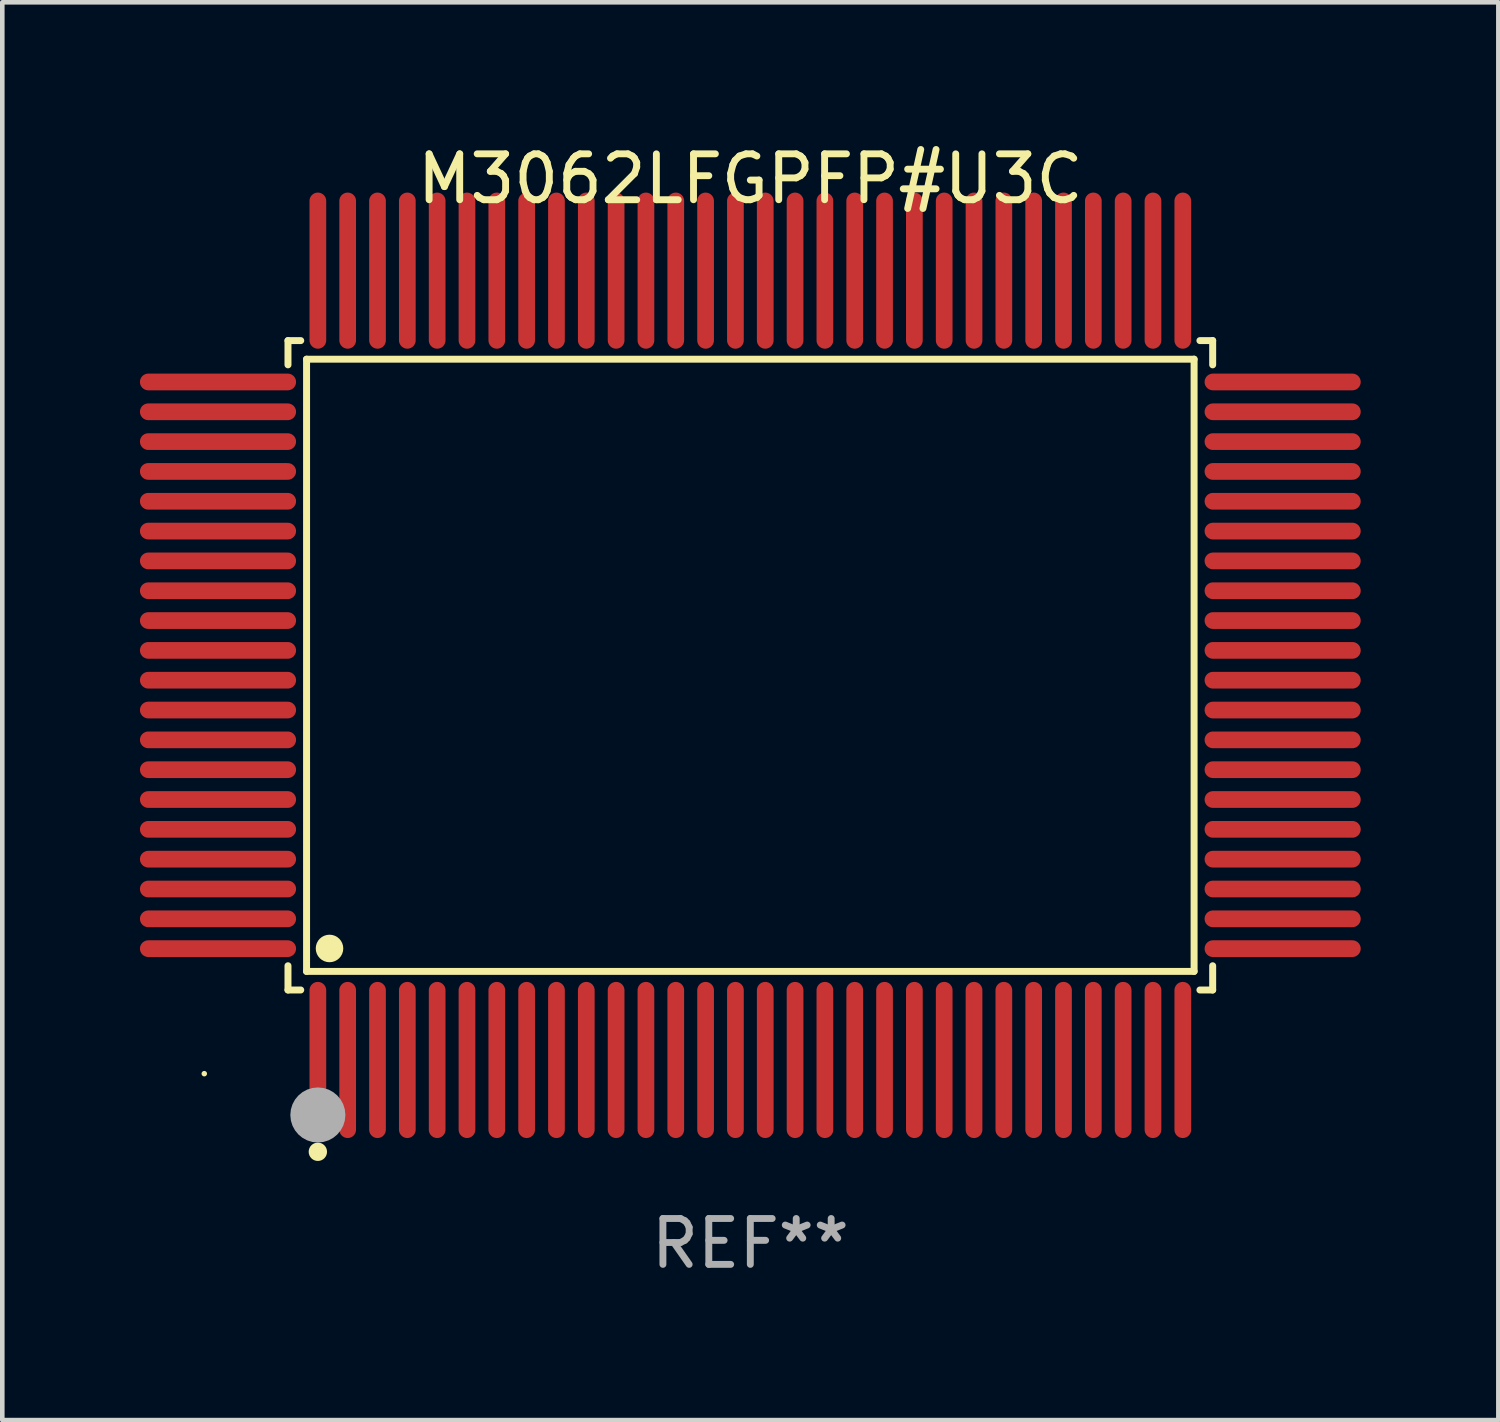
<source format=kicad_pcb>
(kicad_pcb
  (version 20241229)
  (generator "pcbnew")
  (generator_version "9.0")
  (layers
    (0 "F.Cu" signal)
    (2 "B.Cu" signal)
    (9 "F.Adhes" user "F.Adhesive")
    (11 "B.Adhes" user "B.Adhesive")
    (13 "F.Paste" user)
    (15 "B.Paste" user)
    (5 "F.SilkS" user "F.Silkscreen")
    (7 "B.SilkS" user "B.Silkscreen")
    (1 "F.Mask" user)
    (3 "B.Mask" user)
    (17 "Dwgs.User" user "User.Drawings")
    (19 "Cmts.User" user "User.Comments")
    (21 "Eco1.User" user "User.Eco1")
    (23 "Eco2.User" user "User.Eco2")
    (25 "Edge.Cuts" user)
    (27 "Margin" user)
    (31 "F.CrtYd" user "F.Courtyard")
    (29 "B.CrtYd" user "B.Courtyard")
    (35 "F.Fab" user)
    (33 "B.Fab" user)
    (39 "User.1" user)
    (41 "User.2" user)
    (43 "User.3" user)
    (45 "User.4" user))
  (footprint "M3062LFGPFP#U3C"
    (layer "F.Cu")
    (at 13.302 11.449)
    (property "Reference" "M3062LFGPFP#U3C" (at 0 -10.601 0) (layer "F.SilkS") (effects (font (size 1 1) (thickness 0.15))))
    (attr through_hole)
    (fp_line (start -10.076 -7.076) (end -9.798 -7.076) (stroke (width 0.152) (type solid)) (layer "F.SilkS"))
    (fp_line (start -10.076 -6.548) (end -10.076 -7.076) (stroke (width 0.152) (type solid)) (layer "F.SilkS"))
    (fp_line (start -10.076 6.548) (end -10.076 7.076) (stroke (width 0.152) (type solid)) (layer "F.SilkS"))
    (fp_line (start -10.076 7.076) (end -9.798 7.076) (stroke (width 0.152) (type solid)) (layer "F.SilkS"))
    (fp_line (start -9.671 -6.671) (end 9.671 -6.671) (stroke (width 0.152) (type solid)) (layer "F.SilkS"))
    (fp_line (start -9.671 6.671) (end -9.671 -6.671) (stroke (width 0.152) (type solid)) (layer "F.SilkS"))
    (fp_line (start 9.671 -6.671) (end 9.671 6.671) (stroke (width 0.152) (type solid)) (layer "F.SilkS"))
    (fp_line (start 9.671 6.671) (end -9.671 6.671) (stroke (width 0.152) (type solid)) (layer "F.SilkS"))
    (fp_line (start 10.076 -7.076) (end 9.798 -7.076) (stroke (width 0.152) (type solid)) (layer "F.SilkS"))
    (fp_line (start 10.076 -6.548) (end 10.076 -7.076) (stroke (width 0.152) (type solid)) (layer "F.SilkS"))
    (fp_line (start 10.076 6.548) (end 10.076 7.076) (stroke (width 0.152) (type solid)) (layer "F.SilkS"))
    (fp_line (start 10.076 7.076) (end 9.798 7.076) (stroke (width 0.152) (type solid)) (layer "F.SilkS"))
    (fp_circle (center -11.9 8.9) (end -11.87 8.9) (stroke (width 0.06) (type solid)) (fill no) (layer "F.SilkS"))
    (fp_circle (center -9.425 10.602) (end -9.325 10.602) (stroke (width 0.2) (type solid)) (fill no) (layer "F.SilkS"))
    (fp_circle (center -9.171 6.171) (end -9.021 6.171) (stroke (width 0.3) (type solid)) (fill no) (layer "F.SilkS"))
    (fp_circle (center -9.425 9.8) (end -9.125 9.8) (stroke (width 0.6) (type solid)) (fill no) (layer "F.Fab"))
    (fp_text user "REF**" (at 0 12.601 0) (layer "F.Fab") (effects (font (size 1 1) (thickness 0.15))))
    (pad "1" smd oval (at -9.425 8.601) (size 0.364 3.402) (layers "F.Cu" "F.Mask" "F.Paste"))
    (pad "2" smd oval (at -8.775 8.601) (size 0.364 3.402) (layers "F.Cu" "F.Mask" "F.Paste"))
    (pad "3" smd oval (at -8.125 8.601) (size 0.364 3.402) (layers "F.Cu" "F.Mask" "F.Paste"))
    (pad "4" smd oval (at -7.475 8.601) (size 0.364 3.402) (layers "F.Cu" "F.Mask" "F.Paste"))
    (pad "5" smd oval (at -6.825 8.601) (size 0.364 3.402) (layers "F.Cu" "F.Mask" "F.Paste"))
    (pad "6" smd oval (at -6.175 8.601) (size 0.364 3.402) (layers "F.Cu" "F.Mask" "F.Paste"))
    (pad "7" smd oval (at -5.525 8.601) (size 0.364 3.402) (layers "F.Cu" "F.Mask" "F.Paste"))
    (pad "8" smd oval (at -4.875 8.601) (size 0.364 3.402) (layers "F.Cu" "F.Mask" "F.Paste"))
    (pad "9" smd oval (at -4.225 8.601) (size 0.364 3.402) (layers "F.Cu" "F.Mask" "F.Paste"))
    (pad "10" smd oval (at -3.575 8.601) (size 0.364 3.402) (layers "F.Cu" "F.Mask" "F.Paste"))
    (pad "11" smd oval (at -2.925 8.601) (size 0.364 3.402) (layers "F.Cu" "F.Mask" "F.Paste"))
    (pad "12" smd oval (at -2.275 8.601) (size 0.364 3.402) (layers "F.Cu" "F.Mask" "F.Paste"))
    (pad "13" smd oval (at -1.625 8.601) (size 0.364 3.402) (layers "F.Cu" "F.Mask" "F.Paste"))
    (pad "14" smd oval (at -0.975 8.601) (size 0.364 3.402) (layers "F.Cu" "F.Mask" "F.Paste"))
    (pad "15" smd oval (at -0.325 8.601) (size 0.364 3.402) (layers "F.Cu" "F.Mask" "F.Paste"))
    (pad "16" smd oval (at 0.325 8.601) (size 0.364 3.402) (layers "F.Cu" "F.Mask" "F.Paste"))
    (pad "17" smd oval (at 0.975 8.601) (size 0.364 3.402) (layers "F.Cu" "F.Mask" "F.Paste"))
    (pad "18" smd oval (at 1.625 8.601) (size 0.364 3.402) (layers "F.Cu" "F.Mask" "F.Paste"))
    (pad "19" smd oval (at 2.275 8.601) (size 0.364 3.402) (layers "F.Cu" "F.Mask" "F.Paste"))
    (pad "20" smd oval (at 2.925 8.601) (size 0.364 3.402) (layers "F.Cu" "F.Mask" "F.Paste"))
    (pad "21" smd oval (at 3.575 8.601) (size 0.364 3.402) (layers "F.Cu" "F.Mask" "F.Paste"))
    (pad "22" smd oval (at 4.225 8.601) (size 0.364 3.402) (layers "F.Cu" "F.Mask" "F.Paste"))
    (pad "23" smd oval (at 4.875 8.601) (size 0.364 3.402) (layers "F.Cu" "F.Mask" "F.Paste"))
    (pad "24" smd oval (at 5.525 8.601) (size 0.364 3.402) (layers "F.Cu" "F.Mask" "F.Paste"))
    (pad "25" smd oval (at 6.175 8.601) (size 0.364 3.402) (layers "F.Cu" "F.Mask" "F.Paste"))
    (pad "26" smd oval (at 6.825 8.601) (size 0.364 3.402) (layers "F.Cu" "F.Mask" "F.Paste"))
    (pad "27" smd oval (at 7.475 8.601) (size 0.364 3.402) (layers "F.Cu" "F.Mask" "F.Paste"))
    (pad "28" smd oval (at 8.125 8.601) (size 0.364 3.402) (layers "F.Cu" "F.Mask" "F.Paste"))
    (pad "29" smd oval (at 8.775 8.601) (size 0.364 3.402) (layers "F.Cu" "F.Mask" "F.Paste"))
    (pad "30" smd oval (at 9.425 8.601) (size 0.364 3.402) (layers "F.Cu" "F.Mask" "F.Paste"))
    (pad "31" smd oval (at 11.601 6.175) (size 3.402 0.364) (layers "F.Cu" "F.Mask" "F.Paste"))
    (pad "32" smd oval (at 11.601 5.525) (size 3.402 0.364) (layers "F.Cu" "F.Mask" "F.Paste"))
    (pad "33" smd oval (at 11.601 4.875) (size 3.402 0.364) (layers "F.Cu" "F.Mask" "F.Paste"))
    (pad "34" smd oval (at 11.601 4.225) (size 3.402 0.364) (layers "F.Cu" "F.Mask" "F.Paste"))
    (pad "35" smd oval (at 11.601 3.575) (size 3.402 0.364) (layers "F.Cu" "F.Mask" "F.Paste"))
    (pad "36" smd oval (at 11.601 2.925) (size 3.402 0.364) (layers "F.Cu" "F.Mask" "F.Paste"))
    (pad "37" smd oval (at 11.601 2.275) (size 3.402 0.364) (layers "F.Cu" "F.Mask" "F.Paste"))
    (pad "38" smd oval (at 11.601 1.625) (size 3.402 0.364) (layers "F.Cu" "F.Mask" "F.Paste"))
    (pad "39" smd oval (at 11.601 0.975) (size 3.402 0.364) (layers "F.Cu" "F.Mask" "F.Paste"))
    (pad "40" smd oval (at 11.601 0.325) (size 3.402 0.364) (layers "F.Cu" "F.Mask" "F.Paste"))
    (pad "41" smd oval (at 11.601 -0.325) (size 3.402 0.364) (layers "F.Cu" "F.Mask" "F.Paste"))
    (pad "42" smd oval (at 11.601 -0.975) (size 3.402 0.364) (layers "F.Cu" "F.Mask" "F.Paste"))
    (pad "43" smd oval (at 11.601 -1.625) (size 3.402 0.364) (layers "F.Cu" "F.Mask" "F.Paste"))
    (pad "44" smd oval (at 11.601 -2.275) (size 3.402 0.364) (layers "F.Cu" "F.Mask" "F.Paste"))
    (pad "45" smd oval (at 11.601 -2.925) (size 3.402 0.364) (layers "F.Cu" "F.Mask" "F.Paste"))
    (pad "46" smd oval (at 11.601 -3.575) (size 3.402 0.364) (layers "F.Cu" "F.Mask" "F.Paste"))
    (pad "47" smd oval (at 11.601 -4.225) (size 3.402 0.364) (layers "F.Cu" "F.Mask" "F.Paste"))
    (pad "48" smd oval (at 11.601 -4.875) (size 3.402 0.364) (layers "F.Cu" "F.Mask" "F.Paste"))
    (pad "49" smd oval (at 11.601 -5.525) (size 3.402 0.364) (layers "F.Cu" "F.Mask" "F.Paste"))
    (pad "50" smd oval (at 11.601 -6.175) (size 3.402 0.364) (layers "F.Cu" "F.Mask" "F.Paste"))
    (pad "51" smd oval (at 9.425 -8.601) (size 0.364 3.402) (layers "F.Cu" "F.Mask" "F.Paste"))
    (pad "52" smd oval (at 8.775 -8.601) (size 0.364 3.402) (layers "F.Cu" "F.Mask" "F.Paste"))
    (pad "53" smd oval (at 8.125 -8.601) (size 0.364 3.402) (layers "F.Cu" "F.Mask" "F.Paste"))
    (pad "54" smd oval (at 7.475 -8.601) (size 0.364 3.402) (layers "F.Cu" "F.Mask" "F.Paste"))
    (pad "55" smd oval (at 6.825 -8.601) (size 0.364 3.402) (layers "F.Cu" "F.Mask" "F.Paste"))
    (pad "56" smd oval (at 6.175 -8.601) (size 0.364 3.402) (layers "F.Cu" "F.Mask" "F.Paste"))
    (pad "57" smd oval (at 5.525 -8.601) (size 0.364 3.402) (layers "F.Cu" "F.Mask" "F.Paste"))
    (pad "58" smd oval (at 4.875 -8.601) (size 0.364 3.402) (layers "F.Cu" "F.Mask" "F.Paste"))
    (pad "59" smd oval (at 4.225 -8.601) (size 0.364 3.402) (layers "F.Cu" "F.Mask" "F.Paste"))
    (pad "60" smd oval (at 3.575 -8.601) (size 0.364 3.402) (layers "F.Cu" "F.Mask" "F.Paste"))
    (pad "61" smd oval (at 2.925 -8.601) (size 0.364 3.402) (layers "F.Cu" "F.Mask" "F.Paste"))
    (pad "62" smd oval (at 2.275 -8.601) (size 0.364 3.402) (layers "F.Cu" "F.Mask" "F.Paste"))
    (pad "63" smd oval (at 1.625 -8.601) (size 0.364 3.402) (layers "F.Cu" "F.Mask" "F.Paste"))
    (pad "64" smd oval (at 0.975 -8.601) (size 0.364 3.402) (layers "F.Cu" "F.Mask" "F.Paste"))
    (pad "65" smd oval (at 0.325 -8.601) (size 0.364 3.402) (layers "F.Cu" "F.Mask" "F.Paste"))
    (pad "66" smd oval (at -0.325 -8.601) (size 0.364 3.402) (layers "F.Cu" "F.Mask" "F.Paste"))
    (pad "67" smd oval (at -0.975 -8.601) (size 0.364 3.402) (layers "F.Cu" "F.Mask" "F.Paste"))
    (pad "68" smd oval (at -1.625 -8.601) (size 0.364 3.402) (layers "F.Cu" "F.Mask" "F.Paste"))
    (pad "69" smd oval (at -2.275 -8.601) (size 0.364 3.402) (layers "F.Cu" "F.Mask" "F.Paste"))
    (pad "70" smd oval (at -2.925 -8.601) (size 0.364 3.402) (layers "F.Cu" "F.Mask" "F.Paste"))
    (pad "71" smd oval (at -3.575 -8.601) (size 0.364 3.402) (layers "F.Cu" "F.Mask" "F.Paste"))
    (pad "72" smd oval (at -4.225 -8.601) (size 0.364 3.402) (layers "F.Cu" "F.Mask" "F.Paste"))
    (pad "73" smd oval (at -4.875 -8.601) (size 0.364 3.402) (layers "F.Cu" "F.Mask" "F.Paste"))
    (pad "74" smd oval (at -5.525 -8.601) (size 0.364 3.402) (layers "F.Cu" "F.Mask" "F.Paste"))
    (pad "75" smd oval (at -6.175 -8.601) (size 0.364 3.402) (layers "F.Cu" "F.Mask" "F.Paste"))
    (pad "76" smd oval (at -6.825 -8.601) (size 0.364 3.402) (layers "F.Cu" "F.Mask" "F.Paste"))
    (pad "77" smd oval (at -7.475 -8.601) (size 0.364 3.402) (layers "F.Cu" "F.Mask" "F.Paste"))
    (pad "78" smd oval (at -8.125 -8.601) (size 0.364 3.402) (layers "F.Cu" "F.Mask" "F.Paste"))
    (pad "79" smd oval (at -8.775 -8.601) (size 0.364 3.402) (layers "F.Cu" "F.Mask" "F.Paste"))
    (pad "80" smd oval (at -9.425 -8.601) (size 0.364 3.402) (layers "F.Cu" "F.Mask" "F.Paste"))
    (pad "81" smd oval (at -11.601 -6.175) (size 3.402 0.364) (layers "F.Cu" "F.Mask" "F.Paste"))
    (pad "82" smd oval (at -11.601 -5.525) (size 3.402 0.364) (layers "F.Cu" "F.Mask" "F.Paste"))
    (pad "83" smd oval (at -11.601 -4.875) (size 3.402 0.364) (layers "F.Cu" "F.Mask" "F.Paste"))
    (pad "84" smd oval (at -11.601 -4.225) (size 3.402 0.364) (layers "F.Cu" "F.Mask" "F.Paste"))
    (pad "85" smd oval (at -11.601 -3.575) (size 3.402 0.364) (layers "F.Cu" "F.Mask" "F.Paste"))
    (pad "86" smd oval (at -11.601 -2.925) (size 3.402 0.364) (layers "F.Cu" "F.Mask" "F.Paste"))
    (pad "87" smd oval (at -11.601 -2.275) (size 3.402 0.364) (layers "F.Cu" "F.Mask" "F.Paste"))
    (pad "88" smd oval (at -11.601 -1.625) (size 3.402 0.364) (layers "F.Cu" "F.Mask" "F.Paste"))
    (pad "89" smd oval (at -11.601 -0.975) (size 3.402 0.364) (layers "F.Cu" "F.Mask" "F.Paste"))
    (pad "90" smd oval (at -11.601 -0.325) (size 3.402 0.364) (layers "F.Cu" "F.Mask" "F.Paste"))
    (pad "91" smd oval (at -11.601 0.325) (size 3.402 0.364) (layers "F.Cu" "F.Mask" "F.Paste"))
    (pad "92" smd oval (at -11.601 0.975) (size 3.402 0.364) (layers "F.Cu" "F.Mask" "F.Paste"))
    (pad "93" smd oval (at -11.601 1.625) (size 3.402 0.364) (layers "F.Cu" "F.Mask" "F.Paste"))
    (pad "94" smd oval (at -11.601 2.275) (size 3.402 0.364) (layers "F.Cu" "F.Mask" "F.Paste"))
    (pad "95" smd oval (at -11.601 2.925) (size 3.402 0.364) (layers "F.Cu" "F.Mask" "F.Paste"))
    (pad "96" smd oval (at -11.601 3.575) (size 3.402 0.364) (layers "F.Cu" "F.Mask" "F.Paste"))
    (pad "97" smd oval (at -11.601 4.225) (size 3.402 0.364) (layers "F.Cu" "F.Mask" "F.Paste"))
    (pad "98" smd oval (at -11.601 4.875) (size 3.402 0.364) (layers "F.Cu" "F.Mask" "F.Paste"))
    (pad "99" smd oval (at -11.601 5.525) (size 3.402 0.364) (layers "F.Cu" "F.Mask" "F.Paste"))
    (pad "100" smd oval (at -11.601 6.175) (size 3.402 0.364) (layers "F.Cu" "F.Mask" "F.Paste")))
  (gr_rect
    (start -3 -3)
    (end 29.604 27.898)
    (stroke (width 0.1) (type default))
    (fill no)
    (layer "Edge.Cuts")))
</source>
